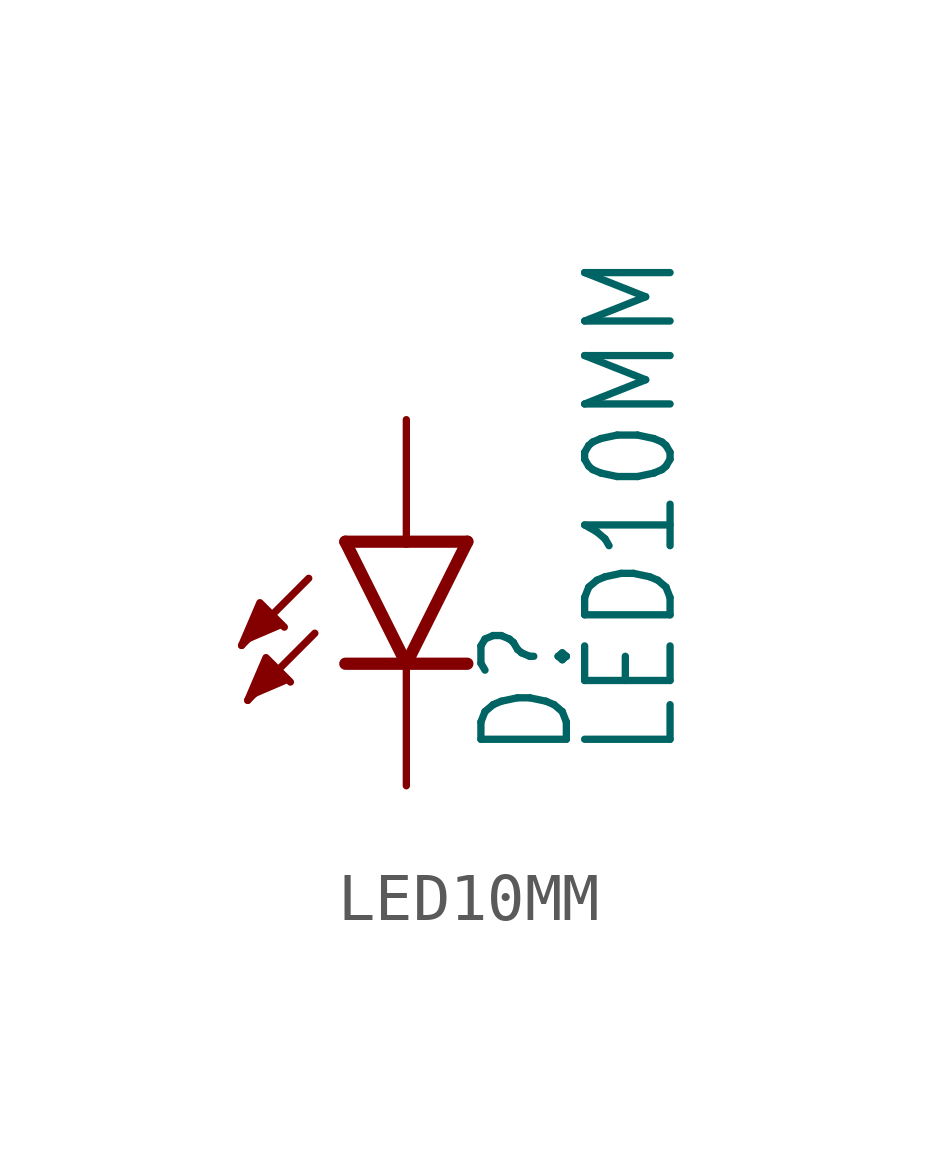
<source format=kicad_sym>
(kicad_symbol_lib
  (version 20220914)
  (generator kicad_symbol_editor)
  (symbol "LED10MM"
    (property "Reference" "D"
      (at 3.556 -4.572 90)
      (effects (font (size 1.778 1.511)) (justify left bottom)))
    (property "Value" "LED10MM"
      (at 5.715 -4.572 90)
      (effects (font (size 1.778 1.511)) (justify left bottom)))
    (property "ki_locked" ""
      (at 0 0 0)
      (effects (font (size 1.27 1.27))))
    (symbol "LED10MM_1_0"
      (polyline (pts (xy -2.032 -0.762) (xy -3.429 -2.159)) (stroke (width 0.152) (type default)) (fill (type none)))
      (polyline (pts (xy -1.905 -1.905) (xy -3.302 -3.302)) (stroke (width 0.152) (type default)) (fill (type none)))
      (polyline (pts (xy 0 -2.54) (xy -1.27 -2.54)) (stroke (width 0.254) (type default)) (fill (type none)))
      (polyline (pts (xy 0 -2.54) (xy -1.27 0)) (stroke (width 0.254) (type default)) (fill (type none)))
      (polyline (pts (xy 0 0) (xy -1.27 0)) (stroke (width 0.254) (type default)) (fill (type none)))
      (polyline (pts (xy 1.27 -2.54) (xy 0 -2.54)) (stroke (width 0.254) (type default)) (fill (type none)))
      (polyline (pts (xy 1.27 0) (xy 0 -2.54)) (stroke (width 0.254) (type default)) (fill (type none)))
      (polyline (pts (xy 1.27 0) (xy 0 0)) (stroke (width 0.254) (type default)) (fill (type none)))
      (polyline (pts (xy -3.429 -2.159) (xy -3.048 -1.27) (xy -2.54 -1.778)) (stroke (width 0) (type default)) (fill (type outline)))
      (polyline (pts (xy -3.302 -3.302) (xy -2.921 -2.413) (xy -2.413 -2.921)) (stroke (width 0) (type default)) (fill (type outline)))
      (pin passive line (at 0 2.54 270) (length 2.54) (name "A" (effects (font (size 0 0)))) (number "A" (effects (font (size 0 0)))))
      (pin passive line (at 0 -5.08 90) (length 2.54) (name "C" (effects (font (size 0 0)))) (number "C" (effects (font (size 0 0))))))))
</source>
